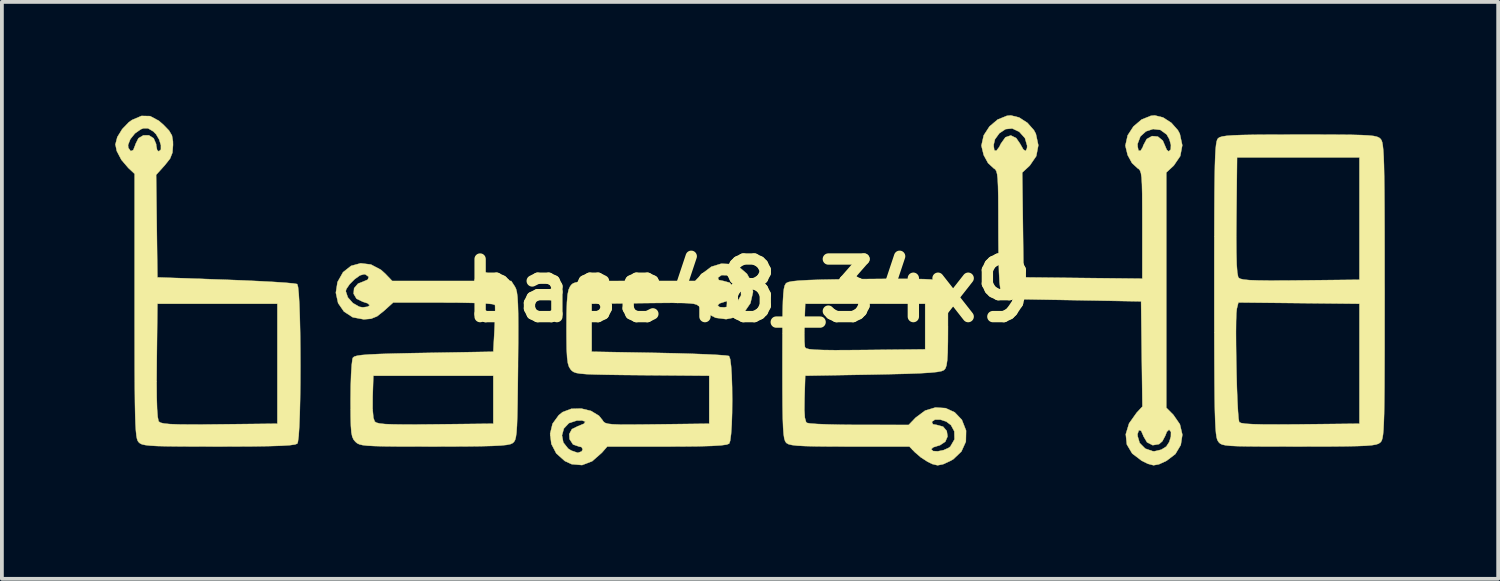
<source format=kicad_pcb>
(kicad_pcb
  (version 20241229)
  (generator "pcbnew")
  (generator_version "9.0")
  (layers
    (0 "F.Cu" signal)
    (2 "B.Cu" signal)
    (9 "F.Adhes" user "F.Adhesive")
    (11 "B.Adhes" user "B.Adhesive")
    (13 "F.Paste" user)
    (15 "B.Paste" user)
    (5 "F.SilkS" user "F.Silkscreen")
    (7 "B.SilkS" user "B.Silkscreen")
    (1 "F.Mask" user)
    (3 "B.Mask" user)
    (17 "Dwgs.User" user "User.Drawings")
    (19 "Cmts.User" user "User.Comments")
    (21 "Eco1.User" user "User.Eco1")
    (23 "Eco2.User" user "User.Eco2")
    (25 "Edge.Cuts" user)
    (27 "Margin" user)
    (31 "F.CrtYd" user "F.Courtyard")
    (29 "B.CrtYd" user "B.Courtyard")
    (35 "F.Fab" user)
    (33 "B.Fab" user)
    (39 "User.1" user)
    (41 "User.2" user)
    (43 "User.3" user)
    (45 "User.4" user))
  (footprint "base48_34x9"
    (layer "F.Cu")
    (at 16.769 4.64)
    (property "Reference" "base48_34x9" (at 0 0 0) (layer "F.SilkS") (effects (font (size 1.524 1.524) (thickness 0.3))))
    (attr through_hole)
    (fp_poly (pts (xy -15.846 -4.617) (xy -15.616 -4.494) (xy -15.497 -4.391) (xy -15.345 -4.234) (xy -15.268 -4.103) (xy -15.242 -3.947) (xy -15.24 -3.852) (xy -15.256 -3.649) (xy -15.319 -3.491) (xy -15.456 -3.318) (xy -15.464 -3.309) (xy -15.687 -3.062) (xy -15.67 -1.705) (xy -15.653 -0.349) (xy -13.843 -0.286) (xy -13.374 -0.268) (xy -12.944 -0.248) (xy -12.571 -0.228) (xy -12.271 -0.208) (xy -12.062 -0.189) (xy -11.959 -0.173) (xy -11.954 -0.171) (xy -11.931 -0.095) (xy -11.912 0.09) (xy -11.896 0.365) (xy -11.884 0.712) (xy -11.875 1.111) (xy -11.87 1.545) (xy -11.868 1.996) (xy -11.87 2.444) (xy -11.876 2.871) (xy -11.885 3.26) (xy -11.898 3.591) (xy -11.914 3.845) (xy -11.935 4.006) (xy -11.951 4.051) (xy -12.012 4.074) (xy -12.149 4.093) (xy -12.372 4.107) (xy -12.69 4.117) (xy -13.112 4.124) (xy -13.646 4.127) (xy -14.036 4.128) (xy -14.597 4.127) (xy -15.044 4.125) (xy -15.392 4.121) (xy -15.654 4.115) (xy -15.843 4.104) (xy -15.974 4.089) (xy -16.06 4.07) (xy -16.114 4.044) (xy -16.151 4.011) (xy -16.151 4.011) (xy -16.174 3.977) (xy -16.193 3.922) (xy -16.209 3.836) (xy -16.222 3.709) (xy -16.233 3.531) (xy -16.241 3.292) (xy -16.247 2.981) (xy -16.251 2.59) (xy -16.252 2.404) (xy -15.674 2.404) (xy -15.671 2.824) (xy -15.662 3.133) (xy -15.646 3.339) (xy -15.624 3.451) (xy -15.613 3.47) (xy -15.568 3.498) (xy -15.477 3.519) (xy -15.325 3.534) (xy -15.099 3.543) (xy -14.784 3.546) (xy -14.366 3.545) (xy -14.009 3.541) (xy -12.478 3.524) (xy -12.478 0.349) (xy -15.653 0.349) (xy -15.67 1.865) (xy -15.674 2.404) (xy -16.252 2.404) (xy -16.254 2.107) (xy -16.255 1.523) (xy -16.256 0.827) (xy -16.256 0.403) (xy -16.256 -3.089) (xy -16.421 -3.243) (xy -16.607 -3.461) (xy -16.729 -3.694) (xy -16.761 -3.854) (xy -16.43 -3.854) (xy -16.424 -3.779) (xy -16.359 -3.69) (xy -16.292 -3.718) (xy -16.237 -3.856) (xy -16.234 -3.872) (xy -16.155 -4.031) (xy -16.023 -4.109) (xy -15.877 -4.108) (xy -15.752 -4.03) (xy -15.687 -3.878) (xy -15.684 -3.834) (xy -15.66 -3.718) (xy -15.617 -3.683) (xy -15.56 -3.731) (xy -15.56 -3.848) (xy -15.606 -3.996) (xy -15.688 -4.137) (xy -15.762 -4.212) (xy -15.903 -4.295) (xy -16.023 -4.295) (xy -16.092 -4.268) (xy -16.248 -4.159) (xy -16.37 -4.007) (xy -16.43 -3.854) (xy -16.761 -3.854) (xy -16.764 -3.869) (xy -16.714 -4.062) (xy -16.585 -4.272) (xy -16.408 -4.456) (xy -16.324 -4.515) (xy -16.074 -4.622) (xy -15.846 -4.617)) (stroke (width 0.01) (type solid)) (fill yes) (layer "F.SilkS"))
    (fp_poly (pts (xy -10.002 -0.689) (xy -9.737 -0.549) (xy -9.622 -0.446) (xy -9.438 -0.254) (xy -6.289 -0.254) (xy -6.19 -0.102) (xy -6.162 -0.045) (xy -6.14 0.041) (xy -6.123 0.169) (xy -6.112 0.353) (xy -6.105 0.606) (xy -6.103 0.943) (xy -6.104 1.378) (xy -6.109 1.924) (xy -6.109 1.998) (xy -6.115 2.548) (xy -6.121 2.985) (xy -6.128 3.323) (xy -6.137 3.575) (xy -6.149 3.755) (xy -6.166 3.877) (xy -6.187 3.956) (xy -6.215 4.004) (xy -6.249 4.036) (xy -6.251 4.037) (xy -6.308 4.064) (xy -6.41 4.085) (xy -6.567 4.101) (xy -6.794 4.112) (xy -7.102 4.12) (xy -7.506 4.125) (xy -8.016 4.127) (xy -8.331 4.128) (xy -8.882 4.127) (xy -9.32 4.126) (xy -9.659 4.122) (xy -9.913 4.115) (xy -10.097 4.105) (xy -10.224 4.09) (xy -10.309 4.069) (xy -10.365 4.042) (xy -10.407 4.007) (xy -10.414 4) (xy -10.462 3.943) (xy -10.496 3.867) (xy -10.519 3.753) (xy -10.532 3.58) (xy -10.538 3.327) (xy -10.539 3.146) (xy -9.957 3.146) (xy -9.936 3.369) (xy -9.9 3.468) (xy -9.856 3.497) (xy -9.768 3.519) (xy -9.623 3.534) (xy -9.405 3.542) (xy -9.1 3.546) (xy -8.694 3.545) (xy -8.294 3.541) (xy -6.763 3.524) (xy -6.763 2.254) (xy -9.938 2.254) (xy -9.956 2.816) (xy -9.957 3.146) (xy -10.539 3.146) (xy -10.54 2.972) (xy -10.54 2.873) (xy -10.536 2.524) (xy -10.526 2.215) (xy -10.51 1.971) (xy -10.491 1.817) (xy -10.479 1.778) (xy -10.444 1.749) (xy -10.369 1.726) (xy -10.241 1.707) (xy -10.047 1.692) (xy -9.773 1.679) (xy -9.408 1.668) (xy -8.936 1.657) (xy -8.591 1.651) (xy -6.763 1.619) (xy -6.731 1.03) (xy -6.719 0.766) (xy -6.714 0.548) (xy -6.716 0.409) (xy -6.72 0.38) (xy -6.79 0.358) (xy -6.975 0.341) (xy -7.263 0.328) (xy -7.644 0.32) (xy -8.078 0.318) (xy -9.414 0.318) (xy -9.66 0.54) (xy -9.838 0.681) (xy -9.999 0.746) (xy -10.191 0.762) (xy -10.484 0.707) (xy -10.716 0.555) (xy -10.87 0.332) (xy -10.93 0.059) (xy -10.924 0.018) (xy -10.668 0.018) (xy -10.613 0.181) (xy -10.479 0.332) (xy -10.309 0.429) (xy -10.219 0.445) (xy -10.087 0.428) (xy -10.033 0.389) (xy -10.088 0.338) (xy -10.215 0.297) (xy -10.383 0.216) (xy -10.46 0.084) (xy -10.447 -0.062) (xy -10.343 -0.183) (xy -10.216 -0.233) (xy -10.085 -0.289) (xy -10.059 -0.362) (xy -10.143 -0.424) (xy -10.181 -0.433) (xy -10.291 -0.402) (xy -10.432 -0.302) (xy -10.566 -0.168) (xy -10.654 -0.038) (xy -10.668 0.018) (xy -10.924 0.018) (xy -10.886 -0.225) (xy -10.739 -0.486) (xy -10.527 -0.653) (xy -10.273 -0.722) (xy -10.002 -0.689)) (stroke (width 0.01) (type solid)) (fill yes) (layer "F.SilkS"))
    (fp_poly (pts (xy 15.135 -4.127) (xy 15.588 -4.125) (xy 15.941 -4.122) (xy 16.208 -4.115) (xy 16.402 -4.105) (xy 16.537 -4.091) (xy 16.625 -4.071) (xy 16.682 -4.046) (xy 16.719 -4.015) (xy 16.722 -4.011) (xy 16.744 -3.979) (xy 16.763 -3.926) (xy 16.778 -3.843) (xy 16.791 -3.722) (xy 16.802 -3.551) (xy 16.81 -3.323) (xy 16.816 -3.027) (xy 16.821 -2.654) (xy 16.824 -2.194) (xy 16.826 -1.638) (xy 16.827 -0.976) (xy 16.827 -0.199) (xy 16.828 0.011) (xy 16.827 0.814) (xy 16.827 1.499) (xy 16.825 2.076) (xy 16.823 2.556) (xy 16.819 2.946) (xy 16.814 3.257) (xy 16.806 3.499) (xy 16.797 3.681) (xy 16.785 3.812) (xy 16.77 3.903) (xy 16.753 3.962) (xy 16.732 4) (xy 16.711 4.022) (xy 16.667 4.052) (xy 16.599 4.075) (xy 16.492 4.093) (xy 16.333 4.107) (xy 16.109 4.116) (xy 15.806 4.122) (xy 15.411 4.126) (xy 14.911 4.127) (xy 14.556 4.128) (xy 13.994 4.127) (xy 13.545 4.126) (xy 13.196 4.123) (xy 12.934 4.118) (xy 12.744 4.109) (xy 12.614 4.095) (xy 12.529 4.076) (xy 12.476 4.051) (xy 12.441 4.018) (xy 12.418 3.986) (xy 12.397 3.945) (xy 12.38 3.879) (xy 12.365 3.778) (xy 12.353 3.632) (xy 12.343 3.433) (xy 12.335 3.171) (xy 12.329 2.836) (xy 12.325 2.42) (xy 12.322 1.912) (xy 12.32 1.302) (xy 12.32 1.102) (xy 12.893 1.102) (xy 12.895 1.447) (xy 12.9 1.823) (xy 12.908 2.208) (xy 12.918 2.58) (xy 12.931 2.915) (xy 12.946 3.192) (xy 12.961 3.387) (xy 12.978 3.479) (xy 12.978 3.481) (xy 13.028 3.506) (xy 13.147 3.525) (xy 13.348 3.537) (xy 13.641 3.544) (xy 14.038 3.545) (xy 14.55 3.542) (xy 14.594 3.541) (xy 16.161 3.524) (xy 16.161 0.349) (xy 14.559 0.332) (xy 12.957 0.315) (xy 12.916 0.48) (xy 12.903 0.596) (xy 12.896 0.811) (xy 12.893 1.102) (xy 12.32 1.102) (xy 12.319 0.583) (xy 12.319 -0.041) (xy 12.319 -0.849) (xy 12.32 -1.432) (xy 12.901 -1.432) (xy 12.904 -1.007) (xy 12.912 -0.692) (xy 12.928 -0.48) (xy 12.95 -0.364) (xy 12.962 -0.34) (xy 13.006 -0.312) (xy 13.097 -0.291) (xy 13.248 -0.276) (xy 13.473 -0.268) (xy 13.785 -0.264) (xy 14.2 -0.265) (xy 14.598 -0.269) (xy 16.161 -0.286) (xy 16.161 -3.524) (xy 12.922 -3.524) (xy 12.905 -1.976) (xy 12.901 -1.432) (xy 12.32 -1.432) (xy 12.32 -1.538) (xy 12.322 -2.119) (xy 12.325 -2.602) (xy 12.33 -2.995) (xy 12.336 -3.308) (xy 12.344 -3.55) (xy 12.354 -3.731) (xy 12.367 -3.86) (xy 12.382 -3.947) (xy 12.4 -4) (xy 12.419 -4.028) (xy 12.46 -4.056) (xy 12.532 -4.078) (xy 12.646 -4.095) (xy 12.817 -4.108) (xy 13.057 -4.117) (xy 13.379 -4.123) (xy 13.796 -4.126) (xy 14.323 -4.127) (xy 14.568 -4.128) (xy 15.135 -4.127)) (stroke (width 0.01) (type solid)) (fill yes) (layer "F.SilkS"))
    (fp_poly (pts (xy 4.382 -0.308) (xy 4.643 -0.302) (xy 4.833 -0.292) (xy 4.966 -0.276) (xy 5.055 -0.254) (xy 5.115 -0.226) (xy 5.119 -0.223) (xy 5.174 -0.183) (xy 5.214 -0.134) (xy 5.241 -0.056) (xy 5.258 0.07) (xy 5.267 0.264) (xy 5.27 0.546) (xy 5.27 0.934) (xy 5.271 0.946) (xy 5.269 1.347) (xy 5.263 1.641) (xy 5.251 1.844) (xy 5.232 1.977) (xy 5.204 2.058) (xy 5.166 2.104) (xy 5.104 2.131) (xy 4.986 2.154) (xy 4.797 2.173) (xy 4.526 2.189) (xy 4.161 2.203) (xy 3.69 2.214) (xy 3.276 2.223) (xy 1.492 2.254) (xy 1.474 2.852) (xy 1.47 3.164) (xy 1.483 3.367) (xy 1.514 3.476) (xy 1.537 3.502) (xy 1.623 3.518) (xy 1.816 3.532) (xy 2.095 3.543) (xy 2.44 3.551) (xy 2.83 3.555) (xy 2.925 3.555) (xy 4.231 3.556) (xy 4.414 3.365) (xy 4.666 3.177) (xy 4.939 3.095) (xy 5.208 3.112) (xy 5.449 3.223) (xy 5.638 3.421) (xy 5.748 3.7) (xy 5.75 3.711) (xy 5.744 3.999) (xy 5.626 4.26) (xy 5.412 4.464) (xy 5.341 4.505) (xy 5.141 4.597) (xy 4.996 4.625) (xy 4.855 4.591) (xy 4.731 4.53) (xy 4.545 4.409) (xy 4.395 4.279) (xy 4.318 4.199) (xy 4.826 4.199) (xy 4.877 4.248) (xy 5.001 4.255) (xy 5.154 4.224) (xy 5.291 4.162) (xy 5.334 4.128) (xy 5.444 3.938) (xy 5.439 3.726) (xy 5.35 3.561) (xy 5.226 3.467) (xy 5.07 3.416) (xy 4.927 3.415) (xy 4.845 3.473) (xy 4.844 3.477) (xy 4.872 3.539) (xy 4.972 3.556) (xy 5.142 3.602) (xy 5.239 3.717) (xy 5.259 3.862) (xy 5.2 4) (xy 5.058 4.094) (xy 5.015 4.106) (xy 4.882 4.148) (xy 4.826 4.198) (xy 4.826 4.199) (xy 4.318 4.199) (xy 4.249 4.128) (xy 2.669 4.128) (xy 2.17 4.127) (xy 1.782 4.123) (xy 1.492 4.116) (xy 1.283 4.105) (xy 1.141 4.088) (xy 1.051 4.066) (xy 0.998 4.036) (xy 0.989 4.028) (xy 0.961 3.986) (xy 0.938 3.914) (xy 0.921 3.799) (xy 0.908 3.627) (xy 0.899 3.386) (xy 0.893 3.062) (xy 0.89 2.641) (xy 0.889 2.111) (xy 0.889 1.908) (xy 0.89 1.343) (xy 0.891 1.14) (xy 1.469 1.14) (xy 1.472 1.352) (xy 1.483 1.485) (xy 1.488 1.504) (xy 1.52 1.531) (xy 1.602 1.552) (xy 1.747 1.566) (xy 1.969 1.574) (xy 2.281 1.578) (xy 2.696 1.576) (xy 3.094 1.573) (xy 4.667 1.556) (xy 4.667 0.349) (xy 1.492 0.349) (xy 1.474 0.884) (xy 1.469 1.14) (xy 0.891 1.14) (xy 0.892 0.891) (xy 0.896 0.539) (xy 0.903 0.275) (xy 0.914 0.084) (xy 0.929 -0.046) (xy 0.949 -0.13) (xy 0.975 -0.179) (xy 0.994 -0.199) (xy 1.051 -0.225) (xy 1.16 -0.246) (xy 1.334 -0.263) (xy 1.584 -0.277) (xy 1.924 -0.288) (xy 2.363 -0.296) (xy 2.916 -0.303) (xy 3.033 -0.304) (xy 3.591 -0.309) (xy 4.036 -0.31) (xy 4.382 -0.308)) (stroke (width 0.01) (type solid)) (fill yes) (layer "F.SilkS"))
    (fp_poly (pts (xy 10.963 -4.581) (xy 11.182 -4.44) (xy 11.355 -4.245) (xy 11.407 -4.148) (xy 11.472 -3.845) (xy 11.418 -3.559) (xy 11.249 -3.311) (xy 11.235 -3.297) (xy 11.049 -3.124) (xy 11.049 3.102) (xy 11.235 3.288) (xy 11.409 3.54) (xy 11.474 3.815) (xy 11.432 4.087) (xy 11.289 4.327) (xy 11.056 4.505) (xy 10.857 4.597) (xy 10.712 4.624) (xy 10.563 4.585) (xy 10.399 4.505) (xy 10.147 4.313) (xy 10.005 4.073) (xy 9.981 3.842) (xy 10.287 3.842) (xy 10.344 4.034) (xy 10.492 4.183) (xy 10.694 4.253) (xy 10.732 4.255) (xy 10.918 4.211) (xy 11.049 4.128) (xy 11.127 4.008) (xy 11.171 3.864) (xy 11.173 3.741) (xy 11.126 3.683) (xy 11.119 3.683) (xy 11.063 3.737) (xy 11.023 3.84) (xy 10.945 3.988) (xy 10.858 4.064) (xy 10.69 4.093) (xy 10.539 4.016) (xy 10.443 3.853) (xy 10.44 3.84) (xy 10.383 3.711) (xy 10.324 3.695) (xy 10.289 3.794) (xy 10.287 3.842) (xy 9.981 3.842) (xy 9.977 3.802) (xy 10.064 3.516) (xy 10.264 3.234) (xy 10.417 3.07) (xy 10.399 1.678) (xy 10.382 0.286) (xy 6.766 0.222) (xy 6.686 0.064) (xy 6.658 -0.036) (xy 6.636 -0.216) (xy 6.621 -0.487) (xy 6.611 -0.859) (xy 6.606 -1.342) (xy 6.605 -1.633) (xy 6.604 -2.114) (xy 6.602 -2.484) (xy 6.596 -2.759) (xy 6.587 -2.952) (xy 6.572 -3.081) (xy 6.551 -3.161) (xy 6.522 -3.207) (xy 6.483 -3.235) (xy 6.478 -3.238) (xy 6.331 -3.375) (xy 6.217 -3.584) (xy 6.161 -3.814) (xy 6.16 -3.845) (xy 6.477 -3.845) (xy 6.497 -3.713) (xy 6.55 -3.698) (xy 6.628 -3.8) (xy 6.672 -3.889) (xy 6.791 -4.056) (xy 6.934 -4.105) (xy 7.076 -4.036) (xy 7.176 -3.891) (xy 7.265 -3.734) (xy 7.329 -3.693) (xy 7.363 -3.77) (xy 7.366 -3.835) (xy 7.308 -4.035) (xy 7.158 -4.202) (xy 6.972 -4.29) (xy 6.797 -4.273) (xy 6.632 -4.165) (xy 6.513 -4.001) (xy 6.477 -3.845) (xy 6.16 -3.845) (xy 6.16 -3.854) (xy 6.217 -4.108) (xy 6.369 -4.342) (xy 6.584 -4.525) (xy 6.831 -4.625) (xy 6.934 -4.635) (xy 7.153 -4.581) (xy 7.372 -4.44) (xy 7.545 -4.245) (xy 7.597 -4.148) (xy 7.662 -3.845) (xy 7.607 -3.558) (xy 7.437 -3.31) (xy 7.423 -3.296) (xy 7.236 -3.122) (xy 7.254 -1.735) (xy 7.271 -0.349) (xy 10.414 -0.315) (xy 10.414 -1.743) (xy 10.413 -2.205) (xy 10.411 -2.556) (xy 10.405 -2.813) (xy 10.395 -2.991) (xy 10.378 -3.107) (xy 10.354 -3.177) (xy 10.321 -3.217) (xy 10.288 -3.238) (xy 10.141 -3.375) (xy 10.027 -3.584) (xy 9.971 -3.814) (xy 9.97 -3.835) (xy 10.287 -3.835) (xy 10.311 -3.709) (xy 10.366 -3.696) (xy 10.426 -3.794) (xy 10.44 -3.84) (xy 10.531 -4.01) (xy 10.672 -4.088) (xy 10.826 -4.075) (xy 10.956 -3.969) (xy 11.011 -3.843) (xy 11.062 -3.724) (xy 11.114 -3.683) (xy 11.167 -3.733) (xy 11.172 -3.855) (xy 11.131 -4.004) (xy 11.059 -4.131) (xy 10.892 -4.252) (xy 10.698 -4.275) (xy 10.511 -4.213) (xy 10.363 -4.079) (xy 10.29 -3.885) (xy 10.287 -3.835) (xy 9.97 -3.835) (xy 9.97 -3.854) (xy 10.027 -4.108) (xy 10.179 -4.342) (xy 10.394 -4.525) (xy 10.641 -4.625) (xy 10.744 -4.635) (xy 10.963 -4.581)) (stroke (width 0.01) (type solid)) (fill yes) (layer "F.SilkS"))
    (fp_poly (pts (xy -0.471 -0.699) (xy -0.238 -0.605) (xy -0.05 -0.443) (xy 0.073 -0.225) (xy 0.111 0.037) (xy 0.043 0.331) (xy 0.042 0.335) (xy -0.114 0.562) (xy -0.337 0.703) (xy -0.601 0.757) (xy -0.876 0.721) (xy -1.133 0.592) (xy -1.286 0.448) (xy -1.328 0.405) (xy -1.353 0.389) (xy -0.826 0.389) (xy -0.774 0.438) (xy -0.65 0.445) (xy -0.498 0.414) (xy -0.361 0.352) (xy -0.318 0.318) (xy -0.205 0.126) (xy -0.214 -0.094) (xy -0.258 -0.198) (xy -0.38 -0.325) (xy -0.553 -0.404) (xy -0.717 -0.409) (xy -0.73 -0.404) (xy -0.819 -0.339) (xy -0.795 -0.279) (xy -0.675 -0.254) (xy -0.506 -0.208) (xy -0.412 -0.093) (xy -0.393 0.052) (xy -0.453 0.19) (xy -0.594 0.284) (xy -0.637 0.296) (xy -0.769 0.338) (xy -0.825 0.388) (xy -0.826 0.389) (xy -1.353 0.389) (xy -1.38 0.372) (xy -1.461 0.349) (xy -1.588 0.335) (xy -1.776 0.327) (xy -2.044 0.325) (xy -2.409 0.328) (xy -2.779 0.332) (xy -4.159 0.349) (xy -4.159 1.619) (xy -2.381 1.651) (xy -1.916 1.661) (xy -1.49 1.674) (xy -1.122 1.688) (xy -0.827 1.703) (xy -0.623 1.718) (xy -0.527 1.732) (xy -0.524 1.734) (xy -0.494 1.815) (xy -0.47 1.997) (xy -0.453 2.256) (xy -0.443 2.564) (xy -0.44 2.898) (xy -0.443 3.232) (xy -0.453 3.54) (xy -0.47 3.796) (xy -0.494 3.976) (xy -0.521 4.051) (xy -0.588 4.077) (xy -0.74 4.097) (xy -0.984 4.112) (xy -1.33 4.122) (xy -1.787 4.127) (xy -2.172 4.128) (xy -3.747 4.128) (xy -3.89 4.292) (xy -4.146 4.517) (xy -4.414 4.619) (xy -4.689 4.595) (xy -4.871 4.511) (xy -5.096 4.31) (xy -5.226 4.06) (xy -5.254 3.832) (xy -4.946 3.832) (xy -4.91 4.021) (xy -4.781 4.184) (xy -4.698 4.236) (xy -4.526 4.295) (xy -4.425 4.258) (xy -4.396 4.203) (xy -4.427 4.142) (xy -4.495 4.128) (xy -4.653 4.073) (xy -4.744 3.933) (xy -4.752 3.798) (xy -4.682 3.668) (xy -4.524 3.59) (xy -4.364 3.525) (xy -4.327 3.47) (xy -4.412 3.439) (xy -4.554 3.441) (xy -4.762 3.509) (xy -4.895 3.65) (xy -4.946 3.832) (xy -5.254 3.832) (xy -5.259 3.789) (xy -5.195 3.525) (xy -5.03 3.298) (xy -4.927 3.216) (xy -4.698 3.13) (xy -4.435 3.123) (xy -4.177 3.186) (xy -3.967 3.313) (xy -3.872 3.431) (xy -3.845 3.473) (xy -3.801 3.504) (xy -3.726 3.526) (xy -3.602 3.54) (xy -3.412 3.547) (xy -3.141 3.548) (xy -2.772 3.545) (xy -2.426 3.541) (xy -1.048 3.524) (xy -1.048 2.254) (xy -2.826 2.239) (xy -3.348 2.234) (xy -3.757 2.228) (xy -4.069 2.221) (xy -4.299 2.212) (xy -4.46 2.198) (xy -4.568 2.18) (xy -4.637 2.155) (xy -4.683 2.123) (xy -4.715 2.089) (xy -4.759 2.019) (xy -4.789 1.921) (xy -4.809 1.771) (xy -4.821 1.55) (xy -4.825 1.236) (xy -4.826 0.991) (xy -4.823 0.598) (xy -4.814 0.311) (xy -4.797 0.111) (xy -4.77 -0.022) (xy -4.731 -0.107) (xy -4.727 -0.113) (xy -4.694 -0.156) (xy -4.651 -0.19) (xy -4.584 -0.214) (xy -4.476 -0.232) (xy -4.313 -0.243) (xy -4.079 -0.25) (xy -3.758 -0.253) (xy -3.334 -0.254) (xy -3.025 -0.254) (xy -1.421 -0.254) (xy -1.238 -0.445) (xy -0.991 -0.631) (xy -0.729 -0.711) (xy -0.471 -0.699)) (stroke (width 0.01) (type solid)) (fill yes) (layer "F.SilkS")))
  (gr_rect
    (start -3 -3)
    (end 36.602 12.27)
    (stroke (width 0.1) (type default))
    (fill no)
    (layer "Edge.Cuts")))
</source>
